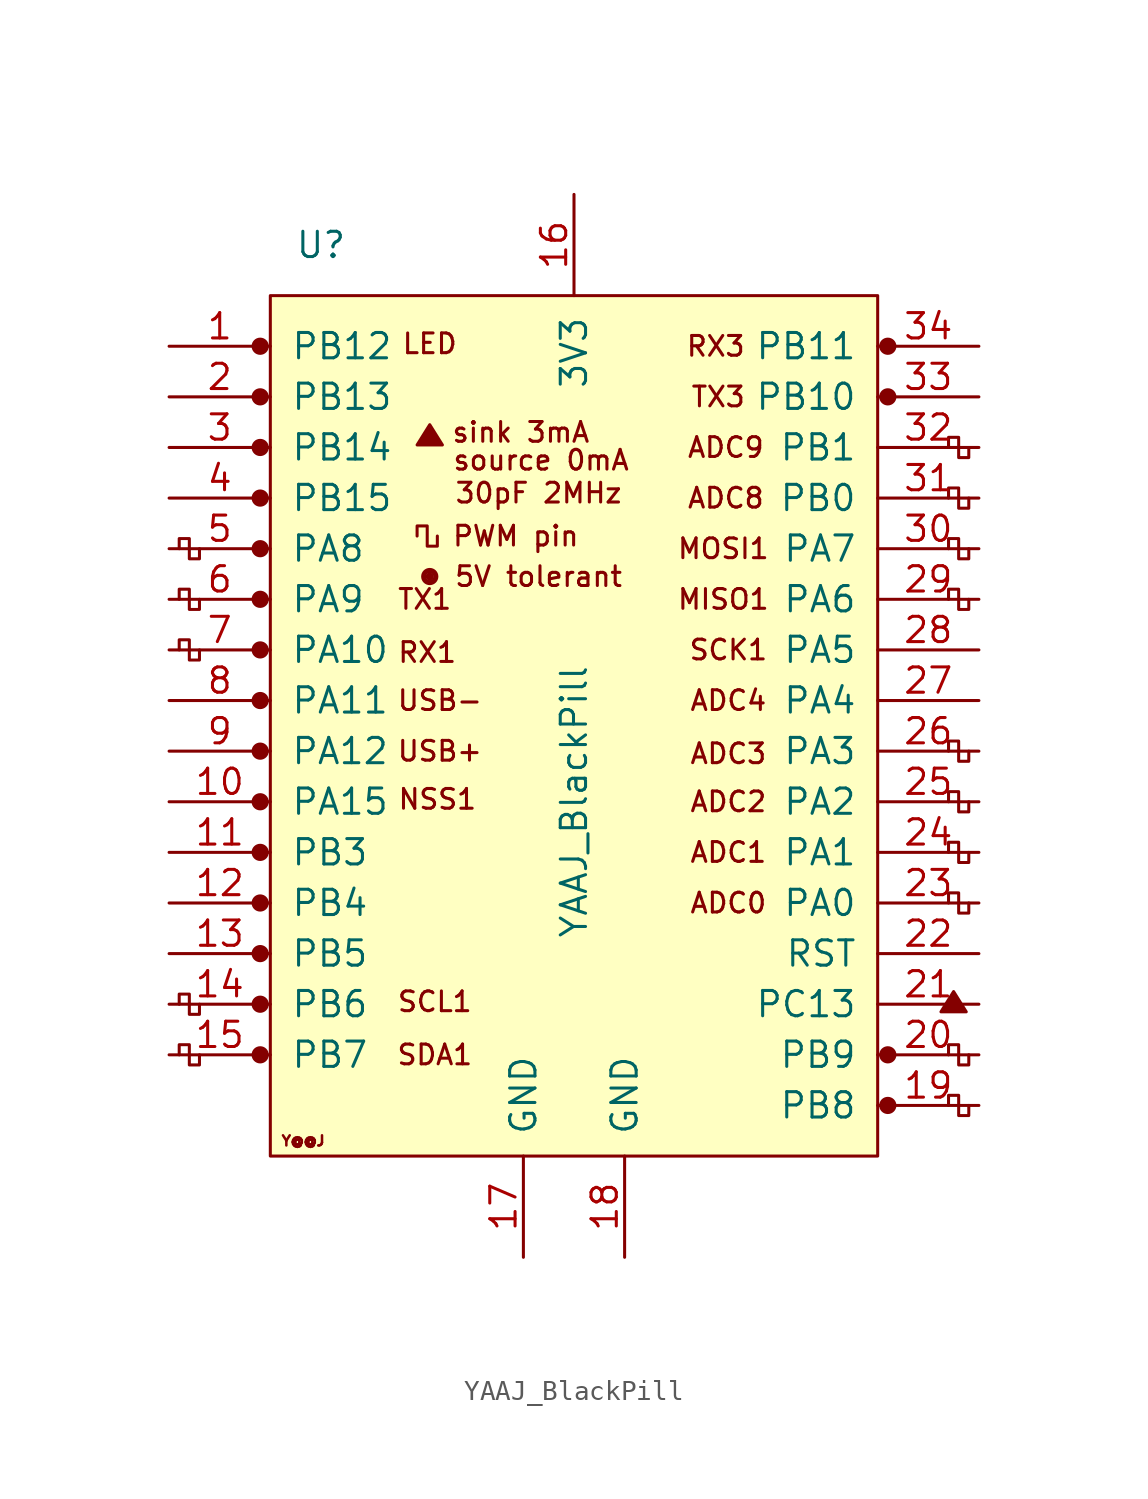
<source format=kicad_sym>
(kicad_symbol_lib
  (version 20220914)
  (generator kicad_symbol_editor)
  (symbol "YAAJ_BlackPill"
    (pin_names
      (offset 1.016))
    (property "Reference" "U"
      (at -12.7 22.86 0)
      (effects (font (size 1.27 1.27))))
    (property "Value" "YAAJ_BlackPill"
      (at 0 -5.08 90)
      (effects (font (size 1.27 1.27))))
    (symbol "YAAJ_BlackPill_0_0"
      (circle (center -15.748 -17.78) (radius 0.356) (stroke (width 0) (type solid)) (fill (type outline)))
      (circle (center -15.748 -15.24) (radius 0.356) (stroke (width 0) (type solid)) (fill (type outline)))
      (circle (center -15.748 -12.7) (radius 0.356) (stroke (width 0) (type solid)) (fill (type outline)))
      (circle (center -15.748 -10.16) (radius 0.356) (stroke (width 0) (type solid)) (fill (type outline)))
      (circle (center -15.748 -7.62) (radius 0.356) (stroke (width 0) (type solid)) (fill (type outline)))
      (circle (center -15.748 -5.08) (radius 0.356) (stroke (width 0) (type solid)) (fill (type outline)))
      (circle (center -15.748 -2.54) (radius 0.356) (stroke (width 0) (type solid)) (fill (type outline)))
      (circle (center -15.748 0) (radius 0.356) (stroke (width 0) (type solid)) (fill (type outline)))
      (circle (center -15.748 2.54) (radius 0.356) (stroke (width 0) (type solid)) (fill (type outline)))
      (circle (center -15.748 5.08) (radius 0.356) (stroke (width 0) (type solid)) (fill (type outline)))
      (circle (center -15.748 7.62) (radius 0.356) (stroke (width 0) (type solid)) (fill (type outline)))
      (circle (center -15.748 10.16) (radius 0.356) (stroke (width 0) (type solid)) (fill (type outline)))
      (circle (center -15.748 12.7) (radius 0.356) (stroke (width 0) (type solid)) (fill (type outline)))
      (circle (center -15.748 17.78) (radius 0.356) (stroke (width 0) (type solid)) (fill (type outline)))
      (circle (center -7.239 6.223) (radius 0.127) (stroke (width 0) (type solid)) (fill (type outline)))
      (circle (center -7.239 6.223) (radius 0.254) (stroke (width 0) (type solid)) (fill (type none)))
      (circle (center -7.239 6.223) (radius 0.356) (stroke (width 0) (type solid)) (fill (type none)))
      (polyline (pts (xy -7.874 12.827) (xy -7.239 13.843) (xy -6.604 12.827) (xy -7.874 12.827) (xy -7.239 13.716) (xy -6.731 12.827) (xy -7.747 12.954) (xy -7.239 13.589) (xy -6.858 12.827) (xy -7.62 13.081) (xy -7.112 13.462) (xy -6.985 12.827) (xy -7.493 13.208) (xy -6.985 13.335) (xy -7.112 12.954) (xy -7.366 13.208) (xy -7.112 13.081) (xy -7.239 13.335)) (stroke (width 0) (type solid)) (fill (type none)))
      (polyline (pts (xy 18.415 -15.621) (xy 19.05 -14.605) (xy 19.685 -15.621) (xy 18.415 -15.621) (xy 19.05 -14.732) (xy 19.558 -15.621) (xy 18.542 -15.494) (xy 19.05 -14.859) (xy 19.431 -15.621) (xy 18.669 -15.367) (xy 19.177 -14.986) (xy 19.304 -15.621) (xy 18.796 -15.24) (xy 19.304 -15.113) (xy 19.177 -15.494) (xy 18.923 -15.24) (xy 19.177 -15.367) (xy 19.05 -15.113)) (stroke (width 0) (type solid)) (fill (type none)))
      (circle (center 15.748 -20.32) (radius 0.356) (stroke (width 0) (type solid)) (fill (type outline)))
      (circle (center 15.748 -17.78) (radius 0.356) (stroke (width 0) (type solid)) (fill (type outline)))
      (circle (center 15.748 15.24) (radius 0.254) (stroke (width 0) (type solid)) (fill (type outline)))
      (circle (center 15.748 15.24) (radius 0.356) (stroke (width 0) (type solid)) (fill (type none)))
      (circle (center 15.748 17.78) (radius 0.254) (stroke (width 0) (type solid)) (fill (type outline)))
      (circle (center 15.748 17.78) (radius 0.356) (stroke (width 0) (type solid)) (fill (type none)))
      (text "30pF 2MHz" (at -1.778 10.414 0) (effects (font (size 0.991 0.991))))
      (text "5V tolerant" (at -1.778 6.223 0) (effects (font (size 0.991 0.991))))
      (text "ADC0" (at 7.747 -10.16 0) (effects (font (size 0.991 0.991))))
      (text "ADC1" (at 7.747 -7.62 0) (effects (font (size 0.991 0.991))))
      (text "ADC2" (at 7.747 -5.08 0) (effects (font (size 0.991 0.991))))
      (text "ADC3" (at 7.747 -2.667 0) (effects (font (size 0.991 0.991))))
      (text "ADC4" (at 7.747 0 0) (effects (font (size 0.991 0.991))))
      (text "ADC8" (at 7.62 10.16 0) (effects (font (size 0.991 0.991))))
      (text "ADC9" (at 7.62 12.7 0) (effects (font (size 0.991 0.991))))
      (text "LED" (at -7.239 17.907 0) (effects (font (size 0.991 0.991))))
      (text "MISO1" (at 7.493 5.08 0) (effects (font (size 0.991 0.991))))
      (text "MOSI1" (at 7.493 7.62 0) (effects (font (size 0.991 0.991))))
      (text "NSS1" (at -6.858 -4.953 0) (effects (font (size 0.991 0.991))))
      (text "PWM pin" (at -2.921 8.255 0) (effects (font (size 0.991 0.991))))
      (text "RX1" (at -7.366 2.413 0) (effects (font (size 0.991 0.991))))
      (text "RX3" (at 7.112 17.78 0) (effects (font (size 0.991 0.991))))
      (text "SCK1" (at 7.747 2.54 0) (effects (font (size 0.991 0.991))))
      (text "SCL1" (at -6.985 -15.113 0) (effects (font (size 0.991 0.991))))
      (text "SDA1" (at -6.985 -17.78 0) (effects (font (size 0.991 0.991))))
      (text "sink 3mA" (at -2.667 13.462 0) (effects (font (size 0.991 0.991))))
      (text "source 0mA" (at -1.651 12.065 0) (effects (font (size 0.991 0.991))))
      (text "TX1" (at -7.493 5.08 0) (effects (font (size 0.991 0.991))))
      (text "TX3" (at 7.239 15.24 0) (effects (font (size 0.991 0.991))))
      (text "USB+" (at -6.731 -2.54 0) (effects (font (size 0.991 0.991))))
      (text "USB-" (at -6.731 0 0) (effects (font (size 0.991 0.991))))
      (text "Y@@J" (at -13.589 -22.098 0) (effects (font (size 0.508 0.508)))))
    (symbol "YAAJ_BlackPill_0_1"
      (rectangle (start -15.24 20.32) (end 15.24 -22.86) (stroke (width 0) (type solid)) (fill (type background)))
      (polyline (pts (xy -18.796 -17.78) (xy -18.796 -18.288) (xy -19.304 -18.288) (xy -19.304 -17.272) (xy -19.812 -17.272) (xy -19.812 -17.78)) (stroke (width 0) (type solid)) (fill (type none)))
      (polyline (pts (xy -18.796 -15.24) (xy -18.796 -15.748) (xy -19.304 -15.748) (xy -19.304 -14.732) (xy -19.812 -14.732) (xy -19.812 -15.24)) (stroke (width 0) (type solid)) (fill (type none)))
      (polyline (pts (xy -18.796 2.54) (xy -18.796 2.032) (xy -19.304 2.032) (xy -19.304 3.048) (xy -19.812 3.048) (xy -19.812 2.54)) (stroke (width 0) (type solid)) (fill (type none)))
      (polyline (pts (xy -18.796 5.08) (xy -18.796 4.572) (xy -19.304 4.572) (xy -19.304 5.588) (xy -19.812 5.588) (xy -19.812 5.08)) (stroke (width 0) (type solid)) (fill (type none)))
      (polyline (pts (xy -18.796 7.62) (xy -18.796 7.112) (xy -19.304 7.112) (xy -19.304 8.128) (xy -19.812 8.128) (xy -19.812 7.62)) (stroke (width 0) (type solid)) (fill (type none)))
      (polyline (pts (xy -6.858 8.255) (xy -6.858 7.747) (xy -7.366 7.747) (xy -7.366 8.763) (xy -7.874 8.763) (xy -7.874 8.255)) (stroke (width 0) (type solid)) (fill (type none)))
      (polyline (pts (xy 18.796 -20.32) (xy 18.796 -19.812) (xy 19.304 -19.812) (xy 19.304 -20.828) (xy 19.812 -20.828) (xy 19.812 -20.32)) (stroke (width 0) (type solid)) (fill (type none)))
      (polyline (pts (xy 18.796 -17.78) (xy 18.796 -17.272) (xy 19.304 -17.272) (xy 19.304 -18.288) (xy 19.812 -18.288) (xy 19.812 -17.78)) (stroke (width 0) (type solid)) (fill (type none)))
      (polyline (pts (xy 19.812 -10.16) (xy 19.812 -10.668) (xy 19.304 -10.668) (xy 19.304 -9.652) (xy 18.796 -9.652) (xy 18.796 -10.16)) (stroke (width 0) (type solid)) (fill (type none)))
      (polyline (pts (xy 19.812 -7.62) (xy 19.812 -8.128) (xy 19.304 -8.128) (xy 19.304 -7.112) (xy 18.796 -7.112) (xy 18.796 -7.62)) (stroke (width 0) (type solid)) (fill (type none)))
      (polyline (pts (xy 19.812 -5.08) (xy 19.812 -5.588) (xy 19.304 -5.588) (xy 19.304 -4.572) (xy 18.796 -4.572) (xy 18.796 -5.08)) (stroke (width 0) (type solid)) (fill (type none)))
      (polyline (pts (xy 19.812 -2.54) (xy 19.812 -3.048) (xy 19.304 -3.048) (xy 19.304 -2.032) (xy 18.796 -2.032) (xy 18.796 -2.54)) (stroke (width 0) (type solid)) (fill (type none)))
      (polyline (pts (xy 19.812 5.08) (xy 19.812 4.572) (xy 19.304 4.572) (xy 19.304 5.588) (xy 18.796 5.588) (xy 18.796 5.08)) (stroke (width 0) (type solid)) (fill (type none)))
      (polyline (pts (xy 19.812 7.62) (xy 19.812 7.112) (xy 19.304 7.112) (xy 19.304 8.128) (xy 18.796 8.128) (xy 18.796 7.62)) (stroke (width 0) (type solid)) (fill (type none)))
      (polyline (pts (xy 19.812 10.16) (xy 19.812 9.652) (xy 19.304 9.652) (xy 19.304 10.668) (xy 18.796 10.668) (xy 18.796 10.16)) (stroke (width 0) (type solid)) (fill (type none)))
      (polyline (pts (xy 19.812 12.7) (xy 19.812 12.192) (xy 19.304 12.192) (xy 19.304 13.208) (xy 18.796 13.208) (xy 18.796 12.7)) (stroke (width 0) (type solid)) (fill (type none))))
    (symbol "YAAJ_BlackPill_1_1"
      (circle (center -15.748 15.24) (radius 0.356) (stroke (width 0) (type solid)) (fill (type outline)))
      (pin bidirectional line (at -20.32 17.78 0) (length 5.08) (name "PB12" (effects (font (size 1.27 1.27)))) (number "1" (effects (font (size 1.27 1.27)))))
      (pin bidirectional line (at -20.32 -5.08 0) (length 5.08) (name "PA15" (effects (font (size 1.27 1.27)))) (number "10" (effects (font (size 1.27 1.27)))))
      (pin bidirectional line (at -20.32 -7.62 0) (length 5.08) (name "PB3" (effects (font (size 1.27 1.27)))) (number "11" (effects (font (size 1.27 1.27)))))
      (pin bidirectional line (at -20.32 -10.16 0) (length 5.08) (name "PB4" (effects (font (size 1.27 1.27)))) (number "12" (effects (font (size 1.27 1.27)))))
      (pin bidirectional line (at -20.32 -12.7 0) (length 5.08) (name "PB5" (effects (font (size 1.27 1.27)))) (number "13" (effects (font (size 1.27 1.27)))))
      (pin bidirectional line (at -20.32 -15.24 0) (length 5.08) (name "PB6" (effects (font (size 1.27 1.27)))) (number "14" (effects (font (size 1.27 1.27)))))
      (pin bidirectional line (at -20.32 -17.78 0) (length 5.08) (name "PB7" (effects (font (size 1.27 1.27)))) (number "15" (effects (font (size 1.27 1.27)))))
      (pin power_in line (at 0 25.4 270) (length 5.08) (name "3V3" (effects (font (size 1.27 1.27)))) (number "16" (effects (font (size 1.27 1.27)))))
      (pin power_in line (at -2.54 -27.94 90) (length 5.08) (name "GND" (effects (font (size 1.27 1.27)))) (number "17" (effects (font (size 1.27 1.27)))))
      (pin power_in line (at 2.54 -27.94 90) (length 5.08) (name "GND" (effects (font (size 1.27 1.27)))) (number "18" (effects (font (size 1.27 1.27)))))
      (pin bidirectional line (at 20.32 -20.32 180) (length 5.08) (name "PB8" (effects (font (size 1.27 1.27)))) (number "19" (effects (font (size 1.27 1.27)))))
      (pin bidirectional line (at -20.32 15.24 0) (length 5.08) (name "PB13" (effects (font (size 1.27 1.27)))) (number "2" (effects (font (size 1.27 1.27)))))
      (pin bidirectional line (at 20.32 -17.78 180) (length 5.08) (name "PB9" (effects (font (size 1.27 1.27)))) (number "20" (effects (font (size 1.27 1.27)))))
      (pin bidirectional line (at 20.32 -15.24 180) (length 5.08) (name "PC13" (effects (font (size 1.27 1.27)))) (number "21" (effects (font (size 1.27 1.27)))))
      (pin input line (at 20.32 -12.7 180) (length 5.08) (name "RST" (effects (font (size 1.27 1.27)))) (number "22" (effects (font (size 1.27 1.27)))))
      (pin bidirectional line (at 20.32 -10.16 180) (length 5.08) (name "PA0" (effects (font (size 1.27 1.27)))) (number "23" (effects (font (size 1.27 1.27)))))
      (pin bidirectional line (at 20.32 -7.62 180) (length 5.08) (name "PA1" (effects (font (size 1.27 1.27)))) (number "24" (effects (font (size 1.27 1.27)))))
      (pin bidirectional line (at 20.32 -5.08 180) (length 5.08) (name "PA2" (effects (font (size 1.27 1.27)))) (number "25" (effects (font (size 1.27 1.27)))))
      (pin bidirectional line (at 20.32 -2.54 180) (length 5.08) (name "PA3" (effects (font (size 1.27 1.27)))) (number "26" (effects (font (size 1.27 1.27)))))
      (pin bidirectional line (at 20.32 0 180) (length 5.08) (name "PA4" (effects (font (size 1.27 1.27)))) (number "27" (effects (font (size 1.27 1.27)))))
      (pin bidirectional line (at 20.32 2.54 180) (length 5.08) (name "PA5" (effects (font (size 1.27 1.27)))) (number "28" (effects (font (size 1.27 1.27)))))
      (pin bidirectional line (at 20.32 5.08 180) (length 5.08) (name "PA6" (effects (font (size 1.27 1.27)))) (number "29" (effects (font (size 1.27 1.27)))))
      (pin bidirectional line (at -20.32 12.7 0) (length 5.08) (name "PB14" (effects (font (size 1.27 1.27)))) (number "3" (effects (font (size 1.27 1.27)))))
      (pin bidirectional line (at 20.32 7.62 180) (length 5.08) (name "PA7" (effects (font (size 1.27 1.27)))) (number "30" (effects (font (size 1.27 1.27)))))
      (pin bidirectional line (at 20.32 10.16 180) (length 5.08) (name "PB0" (effects (font (size 1.27 1.27)))) (number "31" (effects (font (size 1.27 1.27)))))
      (pin bidirectional line (at 20.32 12.7 180) (length 5.08) (name "PB1" (effects (font (size 1.27 1.27)))) (number "32" (effects (font (size 1.27 1.27)))))
      (pin bidirectional line (at 20.32 15.24 180) (length 5.08) (name "PB10" (effects (font (size 1.27 1.27)))) (number "33" (effects (font (size 1.27 1.27)))))
      (pin bidirectional line (at 20.32 17.78 180) (length 5.08) (name "PB11" (effects (font (size 1.27 1.27)))) (number "34" (effects (font (size 1.27 1.27)))))
      (pin bidirectional line (at -20.32 10.16 0) (length 5.08) (name "PB15" (effects (font (size 1.27 1.27)))) (number "4" (effects (font (size 1.27 1.27)))))
      (pin bidirectional line (at -20.32 7.62 0) (length 5.08) (name "PA8" (effects (font (size 1.27 1.27)))) (number "5" (effects (font (size 1.27 1.27)))))
      (pin bidirectional line (at -20.32 5.08 0) (length 5.08) (name "PA9" (effects (font (size 1.27 1.27)))) (number "6" (effects (font (size 1.27 1.27)))))
      (pin bidirectional line (at -20.32 2.54 0) (length 5.08) (name "PA10" (effects (font (size 1.27 1.27)))) (number "7" (effects (font (size 1.27 1.27)))))
      (pin bidirectional line (at -20.32 0 0) (length 5.08) (name "PA11" (effects (font (size 1.27 1.27)))) (number "8" (effects (font (size 1.27 1.27)))))
      (pin bidirectional line (at -20.32 -2.54 0) (length 5.08) (name "PA12" (effects (font (size 1.27 1.27)))) (number "9" (effects (font (size 1.27 1.27))))))))
</source>
